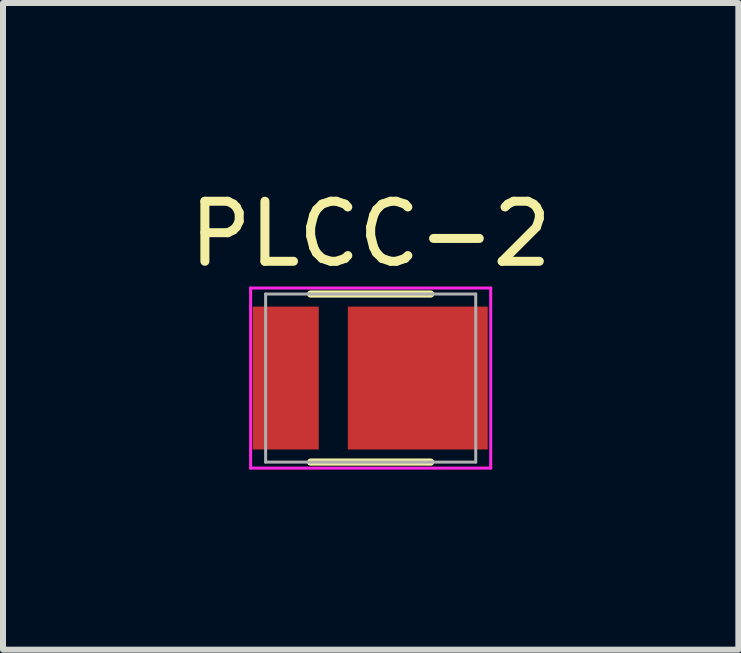
<source format=kicad_pcb>
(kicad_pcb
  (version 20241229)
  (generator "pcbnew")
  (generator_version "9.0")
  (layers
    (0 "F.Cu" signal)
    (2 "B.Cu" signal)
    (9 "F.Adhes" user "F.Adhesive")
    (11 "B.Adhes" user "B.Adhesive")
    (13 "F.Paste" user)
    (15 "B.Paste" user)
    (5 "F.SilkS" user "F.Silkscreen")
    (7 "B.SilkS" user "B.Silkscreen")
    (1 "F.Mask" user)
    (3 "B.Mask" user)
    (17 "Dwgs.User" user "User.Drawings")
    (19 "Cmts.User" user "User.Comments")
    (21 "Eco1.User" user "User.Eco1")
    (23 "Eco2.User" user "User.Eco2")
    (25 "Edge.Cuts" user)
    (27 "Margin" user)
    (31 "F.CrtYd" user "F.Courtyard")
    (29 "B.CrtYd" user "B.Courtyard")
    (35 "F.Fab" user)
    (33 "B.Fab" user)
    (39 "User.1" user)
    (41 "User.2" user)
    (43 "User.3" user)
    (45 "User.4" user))
  (footprint "PLCC-2"
    (layer "F.Cu")
    (at 3.125 3.248)
    (property "Reference" "PLCC-2" (at 0 -2.4 0) (layer "F.SilkS") (effects (font (size 1 1) (thickness 0.15))))
    (attr smd)
    (fp_line (start -1 -1.4) (end 1 -1.4) (stroke (width 0.12) (type solid)) (layer "F.SilkS"))
    (fp_line (start -1 1.4) (end 1 1.4) (stroke (width 0.12) (type solid)) (layer "F.SilkS"))
    (fp_line (start -2 -1.5) (end -2 1.5) (stroke (width 0.05) (type solid)) (layer "F.CrtYd"))
    (fp_line (start -2 1.5) (end 2 1.5) (stroke (width 0.05) (type solid)) (layer "F.CrtYd"))
    (fp_line (start 2 -1.5) (end -2 -1.5) (stroke (width 0.05) (type solid)) (layer "F.CrtYd"))
    (fp_line (start 2 1.5) (end 2 -1.5) (stroke (width 0.05) (type solid)) (layer "F.CrtYd"))
    (fp_line (start -1.75 -1.4) (end -1.75 1.4) (stroke (width 0.05) (type solid)) (layer "F.Fab"))
    (fp_line (start -1.75 1.4) (end 1.75 1.4) (stroke (width 0.05) (type solid)) (layer "F.Fab"))
    (fp_line (start 1.75 -1.4) (end -1.75 -1.4) (stroke (width 0.05) (type solid)) (layer "F.Fab"))
    (fp_line (start 1.75 1.4) (end 1.75 -1.4) (stroke (width 0.05) (type solid)) (layer "F.Fab"))
    (pad "" smd rect (at -1.4 -0.6) (size 0.75 0.75) (layers "F.Paste"))
    (pad "" smd rect (at -1.4 0.6) (size 0.75 0.75) (layers "F.Paste"))
    (pad "" smd rect (at 0.3 -0.6) (size 0.75 0.75) (layers "F.Paste"))
    (pad "" smd rect (at 0.3 0.5) (size 0.75 0.75) (layers "F.Paste"))
    (pad "" smd rect (at 1.4 -0.6) (size 0.75 0.75) (layers "F.Paste"))
    (pad "" smd rect (at 1.4 0.5) (size 0.75 0.75) (layers "F.Paste"))
    (pad "1" smd rect (at 0.785 0) (size 2.33 2.38) (layers "F.Cu" "F.Mask"))
    (pad "2" smd rect (at -1.415 0) (size 1.1 2.38) (layers "F.Cu" "F.Mask")))
  (gr_rect
    (start -3 -3)
    (end 9.25 7.773)
    (stroke (width 0.1) (type default))
    (fill no)
    (layer "Edge.Cuts")))
</source>
